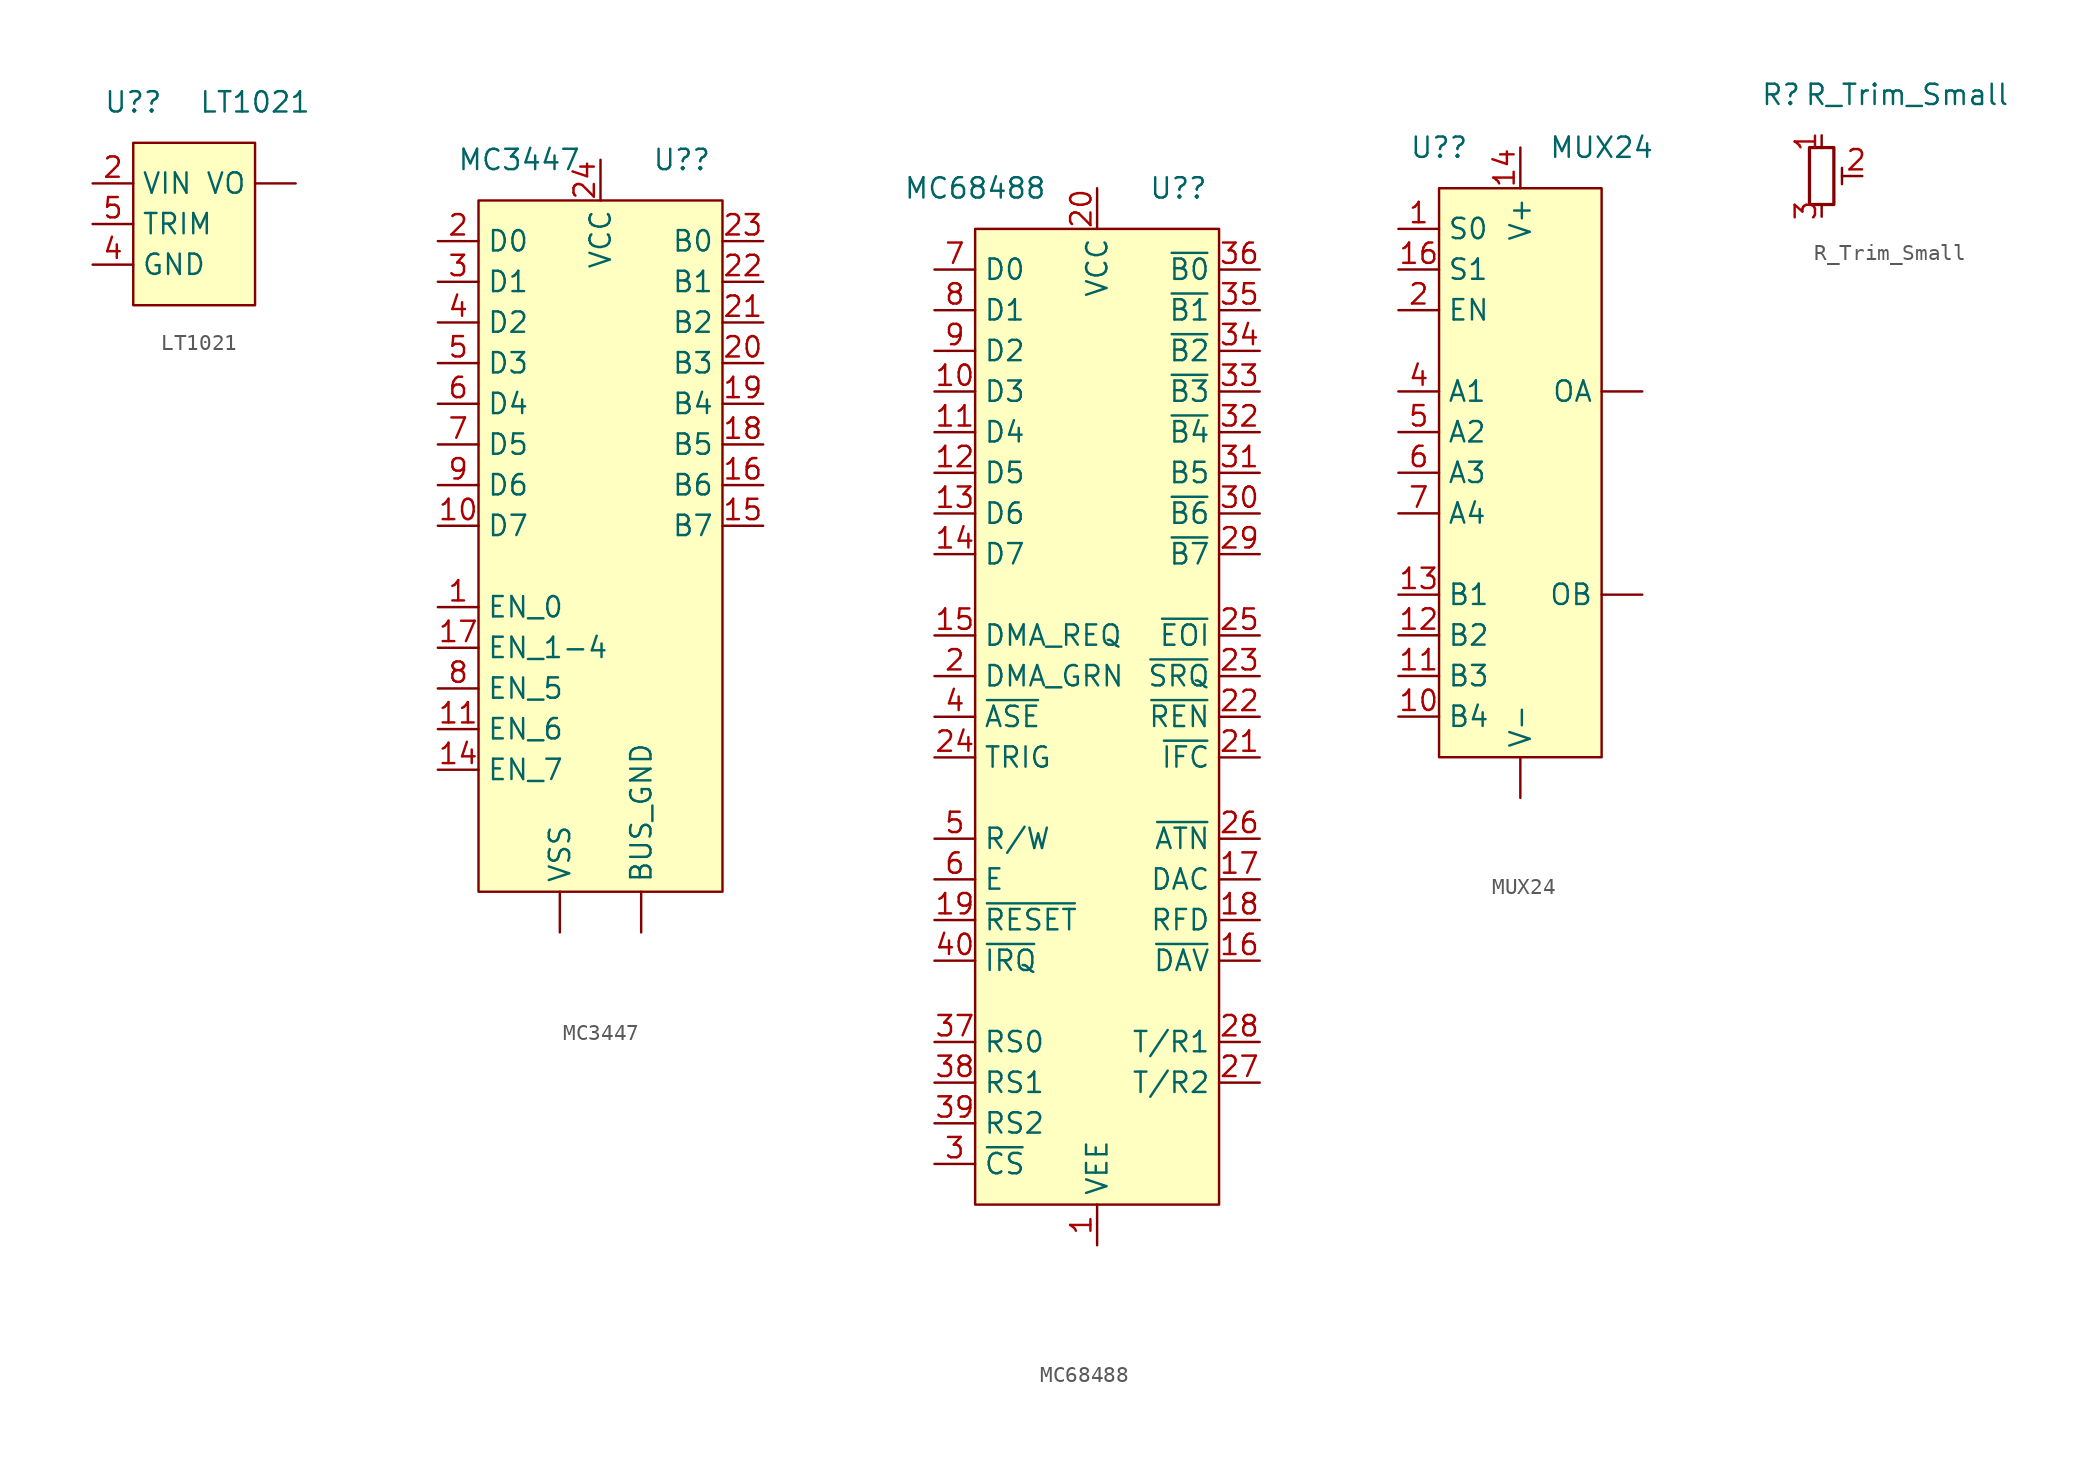
<source format=kicad_sym>
(kicad_symbol_lib
  (version 20211014)
  (generator kicad_symbol_editor)
  (symbol "LT1021"
    (property "Reference" "U?"
      (at 0 0 0)
      (effects (font (size 1.27 1.27))))
    (property "Value" "LT1021"
      (at 7.62 0 0)
      (effects (font (size 1.27 1.27))))
    (symbol "LT1021_0_1"
      (rectangle (start 0 -2.54) (end 7.62 -12.7) (stroke (width 0) (type default) (color 0 0 0 0)) (fill (type background))))
    (symbol "LT1021_1_1"
      (pin input line (at 10.16 -5.08 180) (length 2.54) (name "VO" (effects (font (size 1.27 1.27)))) (number "" (effects (font (size 1.27 1.27)))))
      (pin input line (at -2.54 -5.08 0) (length 2.54) (name "VIN" (effects (font (size 1.27 1.27)))) (number "2" (effects (font (size 1.27 1.27)))))
      (pin input line (at -2.54 -10.16 0) (length 2.54) (name "GND" (effects (font (size 1.27 1.27)))) (number "4" (effects (font (size 1.27 1.27)))))
      (pin input line (at -2.54 -7.62 0) (length 2.54) (name "TRIM" (effects (font (size 1.27 1.27)))) (number "5" (effects (font (size 1.27 1.27)))))))
  (symbol "MC3447"
    (property "Reference" "U?"
      (at 12.7 0 0)
      (effects (font (size 1.27 1.27))))
    (property "Value" "MC3447"
      (at 2.54 0 0)
      (effects (font (size 1.27 1.27))))
    (symbol "MC3447_0_1"
      (rectangle (start 0 -2.54) (end 15.24 -45.72) (stroke (width 0) (type default) (color 0 0 0 0)) (fill (type background))))
    (symbol "MC3447_1_1"
      (pin input line (at 10.16 -48.26 90) (length 2.54) (name "BUS_GND" (effects (font (size 1.27 1.27)))) (number "" (effects (font (size 1.27 1.27)))))
      (pin input line (at 5.08 -48.26 90) (length 2.54) (name "VSS" (effects (font (size 1.27 1.27)))) (number "" (effects (font (size 1.27 1.27)))))
      (pin input line (at -2.54 -27.94 0) (length 2.54) (name "EN_0" (effects (font (size 1.27 1.27)))) (number "1" (effects (font (size 1.27 1.27)))))
      (pin input line (at -2.54 -22.86 0) (length 2.54) (name "D7" (effects (font (size 1.27 1.27)))) (number "10" (effects (font (size 1.27 1.27)))))
      (pin input line (at -2.54 -35.56 0) (length 2.54) (name "EN_6" (effects (font (size 1.27 1.27)))) (number "11" (effects (font (size 1.27 1.27)))))
      (pin input line (at -2.54 -38.1 0) (length 2.54) (name "EN_7" (effects (font (size 1.27 1.27)))) (number "14" (effects (font (size 1.27 1.27)))))
      (pin input line (at 17.78 -22.86 180) (length 2.54) (name "B7" (effects (font (size 1.27 1.27)))) (number "15" (effects (font (size 1.27 1.27)))))
      (pin input line (at 17.78 -20.32 180) (length 2.54) (name "B6" (effects (font (size 1.27 1.27)))) (number "16" (effects (font (size 1.27 1.27)))))
      (pin input line (at -2.54 -30.48 0) (length 2.54) (name "EN_1-4" (effects (font (size 1.27 1.27)))) (number "17" (effects (font (size 1.27 1.27)))))
      (pin input line (at 17.78 -17.78 180) (length 2.54) (name "B5" (effects (font (size 1.27 1.27)))) (number "18" (effects (font (size 1.27 1.27)))))
      (pin input line (at 17.78 -15.24 180) (length 2.54) (name "B4" (effects (font (size 1.27 1.27)))) (number "19" (effects (font (size 1.27 1.27)))))
      (pin input line (at -2.54 -5.08 0) (length 2.54) (name "D0" (effects (font (size 1.27 1.27)))) (number "2" (effects (font (size 1.27 1.27)))))
      (pin input line (at 17.78 -12.7 180) (length 2.54) (name "B3" (effects (font (size 1.27 1.27)))) (number "20" (effects (font (size 1.27 1.27)))))
      (pin input line (at 17.78 -10.16 180) (length 2.54) (name "B2" (effects (font (size 1.27 1.27)))) (number "21" (effects (font (size 1.27 1.27)))))
      (pin input line (at 17.78 -7.62 180) (length 2.54) (name "B1" (effects (font (size 1.27 1.27)))) (number "22" (effects (font (size 1.27 1.27)))))
      (pin input line (at 17.78 -5.08 180) (length 2.54) (name "B0" (effects (font (size 1.27 1.27)))) (number "23" (effects (font (size 1.27 1.27)))))
      (pin input line (at 7.62 0 270) (length 2.54) (name "VCC" (effects (font (size 1.27 1.27)))) (number "24" (effects (font (size 1.27 1.27)))))
      (pin input line (at -2.54 -7.62 0) (length 2.54) (name "D1" (effects (font (size 1.27 1.27)))) (number "3" (effects (font (size 1.27 1.27)))))
      (pin input line (at -2.54 -10.16 0) (length 2.54) (name "D2" (effects (font (size 1.27 1.27)))) (number "4" (effects (font (size 1.27 1.27)))))
      (pin input line (at -2.54 -12.7 0) (length 2.54) (name "D3" (effects (font (size 1.27 1.27)))) (number "5" (effects (font (size 1.27 1.27)))))
      (pin input line (at -2.54 -15.24 0) (length 2.54) (name "D4" (effects (font (size 1.27 1.27)))) (number "6" (effects (font (size 1.27 1.27)))))
      (pin input line (at -2.54 -17.78 0) (length 2.54) (name "D5" (effects (font (size 1.27 1.27)))) (number "7" (effects (font (size 1.27 1.27)))))
      (pin input line (at -2.54 -33.02 0) (length 2.54) (name "EN_5" (effects (font (size 1.27 1.27)))) (number "8" (effects (font (size 1.27 1.27)))))
      (pin input line (at -2.54 -20.32 0) (length 2.54) (name "D6" (effects (font (size 1.27 1.27)))) (number "9" (effects (font (size 1.27 1.27)))))))
  (symbol "MC68488"
    (property "Reference" "U?"
      (at 12.7 0 0)
      (effects (font (size 1.27 1.27))))
    (property "Value" "MC68488"
      (at 0 0 0)
      (effects (font (size 1.27 1.27))))
    (symbol "MC68488_0_1"
      (rectangle (start 0 -2.54) (end 15.24 -63.5) (stroke (width 0) (type default) (color 0 0 0 0)) (fill (type background))))
    (symbol "MC68488_1_1"
      (pin input line (at 7.62 -66.04 90) (length 2.54) (name "VEE" (effects (font (size 1.27 1.27)))) (number "1" (effects (font (size 1.27 1.27)))))
      (pin input line (at -2.54 -12.7 0) (length 2.54) (name "D3" (effects (font (size 1.27 1.27)))) (number "10" (effects (font (size 1.27 1.27)))))
      (pin input line (at -2.54 -15.24 0) (length 2.54) (name "D4" (effects (font (size 1.27 1.27)))) (number "11" (effects (font (size 1.27 1.27)))))
      (pin input line (at -2.54 -17.78 0) (length 2.54) (name "D5" (effects (font (size 1.27 1.27)))) (number "12" (effects (font (size 1.27 1.27)))))
      (pin input line (at -2.54 -20.32 0) (length 2.54) (name "D6" (effects (font (size 1.27 1.27)))) (number "13" (effects (font (size 1.27 1.27)))))
      (pin input line (at -2.54 -22.86 0) (length 2.54) (name "D7" (effects (font (size 1.27 1.27)))) (number "14" (effects (font (size 1.27 1.27)))))
      (pin input line (at -2.54 -27.94 0) (length 2.54) (name "DMA_REQ" (effects (font (size 1.27 1.27)))) (number "15" (effects (font (size 1.27 1.27)))))
      (pin input line (at 17.78 -48.26 180) (length 2.54) (name "~{DAV}" (effects (font (size 1.27 1.27)))) (number "16" (effects (font (size 1.27 1.27)))))
      (pin input line (at 17.78 -43.18 180) (length 2.54) (name "DAC" (effects (font (size 1.27 1.27)))) (number "17" (effects (font (size 1.27 1.27)))))
      (pin input line (at 17.78 -45.72 180) (length 2.54) (name "RFD" (effects (font (size 1.27 1.27)))) (number "18" (effects (font (size 1.27 1.27)))))
      (pin input line (at -2.54 -45.72 0) (length 2.54) (name "~{RESET}" (effects (font (size 1.27 1.27)))) (number "19" (effects (font (size 1.27 1.27)))))
      (pin input line (at -2.54 -30.48 0) (length 2.54) (name "DMA_GRN" (effects (font (size 1.27 1.27)))) (number "2" (effects (font (size 1.27 1.27)))))
      (pin input line (at 7.62 0 270) (length 2.54) (name "VCC" (effects (font (size 1.27 1.27)))) (number "20" (effects (font (size 1.27 1.27)))))
      (pin input line (at 17.78 -35.56 180) (length 2.54) (name "~{IFC}" (effects (font (size 1.27 1.27)))) (number "21" (effects (font (size 1.27 1.27)))))
      (pin input line (at 17.78 -33.02 180) (length 2.54) (name "~{REN}" (effects (font (size 1.27 1.27)))) (number "22" (effects (font (size 1.27 1.27)))))
      (pin input line (at 17.78 -30.48 180) (length 2.54) (name "~{SRQ}" (effects (font (size 1.27 1.27)))) (number "23" (effects (font (size 1.27 1.27)))))
      (pin input line (at -2.54 -35.56 0) (length 2.54) (name "TRIG" (effects (font (size 1.27 1.27)))) (number "24" (effects (font (size 1.27 1.27)))))
      (pin input line (at 17.78 -27.94 180) (length 2.54) (name "~{EOI}" (effects (font (size 1.27 1.27)))) (number "25" (effects (font (size 1.27 1.27)))))
      (pin input line (at 17.78 -40.64 180) (length 2.54) (name "~{ATN}" (effects (font (size 1.27 1.27)))) (number "26" (effects (font (size 1.27 1.27)))))
      (pin input line (at 17.78 -55.88 180) (length 2.54) (name "T/R2" (effects (font (size 1.27 1.27)))) (number "27" (effects (font (size 1.27 1.27)))))
      (pin input line (at 17.78 -53.34 180) (length 2.54) (name "T/R1" (effects (font (size 1.27 1.27)))) (number "28" (effects (font (size 1.27 1.27)))))
      (pin input line (at 17.78 -22.86 180) (length 2.54) (name "~{B7}" (effects (font (size 1.27 1.27)))) (number "29" (effects (font (size 1.27 1.27)))))
      (pin input line (at -2.54 -60.96 0) (length 2.54) (name "~{CS}" (effects (font (size 1.27 1.27)))) (number "3" (effects (font (size 1.27 1.27)))))
      (pin input line (at 17.78 -20.32 180) (length 2.54) (name "~{B6}" (effects (font (size 1.27 1.27)))) (number "30" (effects (font (size 1.27 1.27)))))
      (pin input line (at 17.78 -17.78 180) (length 2.54) (name "~{}B5" (effects (font (size 1.27 1.27)))) (number "31" (effects (font (size 1.27 1.27)))))
      (pin input line (at 17.78 -15.24 180) (length 2.54) (name "~{B4}" (effects (font (size 1.27 1.27)))) (number "32" (effects (font (size 1.27 1.27)))))
      (pin input line (at 17.78 -12.7 180) (length 2.54) (name "~{B3}" (effects (font (size 1.27 1.27)))) (number "33" (effects (font (size 1.27 1.27)))))
      (pin input line (at 17.78 -10.16 180) (length 2.54) (name "~{B2}" (effects (font (size 1.27 1.27)))) (number "34" (effects (font (size 1.27 1.27)))))
      (pin input line (at 17.78 -7.62 180) (length 2.54) (name "~{B1}" (effects (font (size 1.27 1.27)))) (number "35" (effects (font (size 1.27 1.27)))))
      (pin input line (at 17.78 -5.08 180) (length 2.54) (name "~{B0}" (effects (font (size 1.27 1.27)))) (number "36" (effects (font (size 1.27 1.27)))))
      (pin input line (at -2.54 -53.34 0) (length 2.54) (name "RS0" (effects (font (size 1.27 1.27)))) (number "37" (effects (font (size 1.27 1.27)))))
      (pin input line (at -2.54 -55.88 0) (length 2.54) (name "RS1" (effects (font (size 1.27 1.27)))) (number "38" (effects (font (size 1.27 1.27)))))
      (pin input line (at -2.54 -58.42 0) (length 2.54) (name "RS2" (effects (font (size 1.27 1.27)))) (number "39" (effects (font (size 1.27 1.27)))))
      (pin input line (at -2.54 -33.02 0) (length 2.54) (name "~{ASE}" (effects (font (size 1.27 1.27)))) (number "4" (effects (font (size 1.27 1.27)))))
      (pin input line (at -2.54 -48.26 0) (length 2.54) (name "~{IRQ}" (effects (font (size 1.27 1.27)))) (number "40" (effects (font (size 1.27 1.27)))))
      (pin input line (at -2.54 -40.64 0) (length 2.54) (name "R/W" (effects (font (size 1.27 1.27)))) (number "5" (effects (font (size 1.27 1.27)))))
      (pin input line (at -2.54 -43.18 0) (length 2.54) (name "E" (effects (font (size 1.27 1.27)))) (number "6" (effects (font (size 1.27 1.27)))))
      (pin input line (at -2.54 -5.08 0) (length 2.54) (name "D0" (effects (font (size 1.27 1.27)))) (number "7" (effects (font (size 1.27 1.27)))))
      (pin input line (at -2.54 -7.62 0) (length 2.54) (name "D1" (effects (font (size 1.27 1.27)))) (number "8" (effects (font (size 1.27 1.27)))))
      (pin input line (at -2.54 -10.16 0) (length 2.54) (name "D2" (effects (font (size 1.27 1.27)))) (number "9" (effects (font (size 1.27 1.27)))))))
  (symbol "MUX24"
    (property "Reference" "U?"
      (at 0 0 0)
      (effects (font (size 1.27 1.27))))
    (property "Value" "MUX24"
      (at 10.16 0 0)
      (effects (font (size 1.27 1.27))))
    (symbol "MUX24_0_1"
      (rectangle (start 0 -2.54) (end 10.16 -38.1) (stroke (width 0) (type default) (color 0 0 0 0)) (fill (type background))))
    (symbol "MUX24_1_1"
      (pin output line (at 12.7 -15.24 180) (length 2.54) (name "OA" (effects (font (size 1.27 1.27)))) (number "" (effects (font (size 1.27 1.27)))))
      (pin output line (at 12.7 -27.94 180) (length 2.54) (name "OB" (effects (font (size 1.27 1.27)))) (number "" (effects (font (size 1.27 1.27)))))
      (pin input line (at 5.08 -40.64 90) (length 2.54) (name "V-" (effects (font (size 1.27 1.27)))) (number "" (effects (font (size 1.27 1.27)))))
      (pin input line (at -2.54 -5.08 0) (length 2.54) (name "S0" (effects (font (size 1.27 1.27)))) (number "1" (effects (font (size 1.27 1.27)))))
      (pin input line (at -2.54 -35.56 0) (length 2.54) (name "B4" (effects (font (size 1.27 1.27)))) (number "10" (effects (font (size 1.27 1.27)))))
      (pin input line (at -2.54 -33.02 0) (length 2.54) (name "B3" (effects (font (size 1.27 1.27)))) (number "11" (effects (font (size 1.27 1.27)))))
      (pin input line (at -2.54 -30.48 0) (length 2.54) (name "B2" (effects (font (size 1.27 1.27)))) (number "12" (effects (font (size 1.27 1.27)))))
      (pin input line (at -2.54 -27.94 0) (length 2.54) (name "B1" (effects (font (size 1.27 1.27)))) (number "13" (effects (font (size 1.27 1.27)))))
      (pin input line (at 5.08 0 270) (length 2.54) (name "V+" (effects (font (size 1.27 1.27)))) (number "14" (effects (font (size 1.27 1.27)))))
      (pin input line (at -2.54 -7.62 0) (length 2.54) (name "S1" (effects (font (size 1.27 1.27)))) (number "16" (effects (font (size 1.27 1.27)))))
      (pin input line (at -2.54 -10.16 0) (length 2.54) (name "EN" (effects (font (size 1.27 1.27)))) (number "2" (effects (font (size 1.27 1.27)))))
      (pin input line (at -2.54 -15.24 0) (length 2.54) (name "A1" (effects (font (size 1.27 1.27)))) (number "4" (effects (font (size 1.27 1.27)))))
      (pin input line (at -2.54 -17.78 0) (length 2.54) (name "A2" (effects (font (size 1.27 1.27)))) (number "5" (effects (font (size 1.27 1.27)))))
      (pin input line (at -2.54 -20.32 0) (length 2.54) (name "A3" (effects (font (size 1.27 1.27)))) (number "6" (effects (font (size 1.27 1.27)))))
      (pin input line (at -2.54 -22.86 0) (length 2.54) (name "A4" (effects (font (size 1.27 1.27)))) (number "7" (effects (font (size 1.27 1.27)))))))
  (symbol "R_Trim_Small"
    (property "Reference" "R"
      (at 0 0 0)
      (effects (font (size 1.27 1.27))))
    (property "Value" "R_Trim_Small"
      (at 7.874 0 0)
      (effects (font (size 1.27 1.27))))
    (symbol "R_Trim_Small_0_1"
      (polyline (pts (xy 3.81 -5.08) (xy 4.318 -5.08)) (stroke (width 0) (type default) (color 0 0 0 0)) (fill (type none)))
      (polyline (pts (xy 3.81 -4.572) (xy 3.81 -5.588)) (stroke (width 0) (type default) (color 0 0 0 0)) (fill (type none)))
      (rectangle (start 1.778 -3.302) (end 3.302 -6.858) (stroke (width 0.203) (type default) (color 0 0 0 0)) (fill (type none))))
    (symbol "R_Trim_Small_1_1"
      (pin passive line (at 2.54 -2.54 270) (length 0.762) (name "~" (effects (font (size 1.27 1.27)))) (number "1" (effects (font (size 1.27 1.27)))))
      (pin passive line (at 5.08 -5.08 180) (length 0.762) (name "" (effects (font (size 1.27 1.27)))) (number "2" (effects (font (size 1.27 1.27)))))
      (pin passive line (at 2.54 -7.62 90) (length 0.762) (name "~" (effects (font (size 1.27 1.27)))) (number "3" (effects (font (size 1.27 1.27))))))))
</source>
